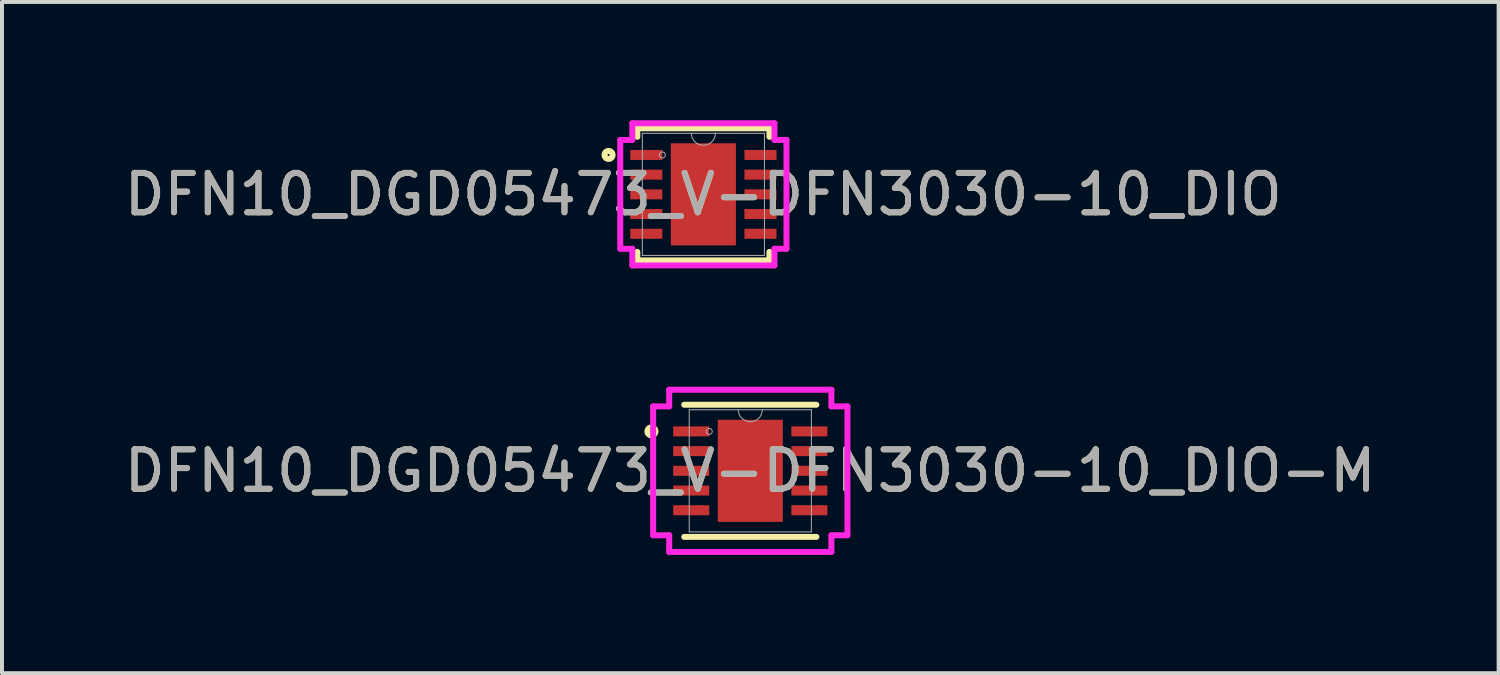
<source format=kicad_pcb>
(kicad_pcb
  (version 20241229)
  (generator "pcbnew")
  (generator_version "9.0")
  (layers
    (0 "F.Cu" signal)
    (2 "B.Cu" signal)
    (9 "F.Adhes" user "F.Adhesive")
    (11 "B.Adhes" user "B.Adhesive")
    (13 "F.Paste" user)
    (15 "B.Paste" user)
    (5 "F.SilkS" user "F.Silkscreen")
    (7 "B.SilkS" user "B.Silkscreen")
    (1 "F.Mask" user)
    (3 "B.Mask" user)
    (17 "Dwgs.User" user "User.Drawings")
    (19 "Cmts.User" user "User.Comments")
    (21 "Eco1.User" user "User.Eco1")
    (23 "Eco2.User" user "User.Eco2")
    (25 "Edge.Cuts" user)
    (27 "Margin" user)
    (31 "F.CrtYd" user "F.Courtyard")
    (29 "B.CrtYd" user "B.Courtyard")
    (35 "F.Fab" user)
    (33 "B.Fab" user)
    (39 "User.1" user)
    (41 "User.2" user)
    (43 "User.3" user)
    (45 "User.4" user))
  (footprint "DFN10_DGD05473_V-DFN3030-10_DIO"
    (layer "F.Cu")
    (at 14.792 1.88)
    (property "Reference" "DFN10_DGD05473_V-DFN3030-10_DIO" (at 0 0 0) (unlocked yes) (layer "F.SilkS") (effects (font (size 1 1) (thickness 0.15))))
    (attr smd)
    (fp_line (start -1.676 -1.676) (end -1.676 -1.46) (stroke (width 0.152) (type solid)) (layer "F.SilkS"))
    (fp_line (start -1.676 1.46) (end -1.676 1.676) (stroke (width 0.152) (type solid)) (layer "F.SilkS"))
    (fp_line (start -1.676 1.676) (end 1.676 1.676) (stroke (width 0.152) (type solid)) (layer "F.SilkS"))
    (fp_line (start 1.676 -1.676) (end -1.676 -1.676) (stroke (width 0.152) (type solid)) (layer "F.SilkS"))
    (fp_line (start 1.676 -1.46) (end 1.676 -1.676) (stroke (width 0.152) (type solid)) (layer "F.SilkS"))
    (fp_line (start 1.676 1.676) (end 1.676 1.46) (stroke (width 0.152) (type solid)) (layer "F.SilkS"))
    (fp_circle (center -2.405 -1) (end -2.303 -1) (stroke (width 0.152) (type solid)) (fill no) (layer "F.SilkS"))
    (fp_poly (pts (xy -0.726 -1.195) (xy -0.726 -0.1) (xy 0.726 -0.1) (xy 0.726 -1.195)) (stroke (width 0) (type solid)) (fill yes) (layer "F.Paste"))
    (fp_poly (pts (xy -0.726 0.1) (xy -0.726 1.195) (xy 0.726 1.195) (xy 0.726 0.1)) (stroke (width 0) (type solid)) (fill yes) (layer "F.Paste"))
    (fp_line (start -2.108 -1.381) (end -1.803 -1.381) (stroke (width 0.152) (type solid)) (layer "F.CrtYd"))
    (fp_line (start -2.108 1.381) (end -2.108 -1.381) (stroke (width 0.152) (type solid)) (layer "F.CrtYd"))
    (fp_line (start -2.108 1.381) (end -1.803 1.381) (stroke (width 0.152) (type solid)) (layer "F.CrtYd"))
    (fp_line (start -1.803 -1.803) (end 1.803 -1.803) (stroke (width 0.152) (type solid)) (layer "F.CrtYd"))
    (fp_line (start -1.803 -1.381) (end -1.803 -1.803) (stroke (width 0.152) (type solid)) (layer "F.CrtYd"))
    (fp_line (start -1.803 1.803) (end -1.803 1.381) (stroke (width 0.152) (type solid)) (layer "F.CrtYd"))
    (fp_line (start 1.803 -1.803) (end 1.803 -1.381) (stroke (width 0.152) (type solid)) (layer "F.CrtYd"))
    (fp_line (start 1.803 1.381) (end 1.803 1.803) (stroke (width 0.152) (type solid)) (layer "F.CrtYd"))
    (fp_line (start 1.803 1.803) (end -1.803 1.803) (stroke (width 0.152) (type solid)) (layer "F.CrtYd"))
    (fp_line (start 2.108 -1.381) (end 1.803 -1.381) (stroke (width 0.152) (type solid)) (layer "F.CrtYd"))
    (fp_line (start 2.108 -1.381) (end 2.108 1.381) (stroke (width 0.152) (type solid)) (layer "F.CrtYd"))
    (fp_line (start 2.108 1.381) (end 1.803 1.381) (stroke (width 0.152) (type solid)) (layer "F.CrtYd"))
    (fp_line (start -1.549 -1.549) (end -1.549 1.549) (stroke (width 0.025) (type solid)) (layer "F.Fab"))
    (fp_line (start -1.549 1.549) (end 1.549 1.549) (stroke (width 0.025) (type solid)) (layer "F.Fab"))
    (fp_line (start 1.549 -1.549) (end -1.549 -1.549) (stroke (width 0.025) (type solid)) (layer "F.Fab"))
    (fp_line (start 1.549 1.549) (end 1.549 -1.549) (stroke (width 0.025) (type solid)) (layer "F.Fab"))
    (fp_arc (start 0.3048 -1.5494) (mid 0 -1.2446) (end -0.3048 -1.5494) (stroke (width 0.0254) (type solid)) (layer "F.Fab"))
    (fp_circle (center -1.041 -1) (end -0.965 -1) (stroke (width 0.025) (type solid)) (fill no) (layer "F.Fab"))
    (fp_text user "${REFERENCE}" (at 0 0 0) (unlocked yes) (layer "F.Fab") (effects (font (size 1 1) (thickness 0.15))))
    (pad "1" smd rect (at -1.448 -1) (size 0.813 0.254) (layers "F.Cu" "F.Mask" "F.Paste"))
    (pad "2" smd rect (at -1.448 -0.5) (size 0.813 0.254) (layers "F.Cu" "F.Mask" "F.Paste"))
    (pad "3" smd rect (at -1.448 0) (size 0.813 0.254) (layers "F.Cu" "F.Mask" "F.Paste"))
    (pad "4" smd rect (at -1.448 0.5) (size 0.813 0.254) (layers "F.Cu" "F.Mask" "F.Paste"))
    (pad "5" smd rect (at -1.448 1) (size 0.813 0.254) (layers "F.Cu" "F.Mask" "F.Paste"))
    (pad "6" smd rect (at 1.448 1) (size 0.813 0.254) (layers "F.Cu" "F.Mask" "F.Paste"))
    (pad "7" smd rect (at 1.448 0.5) (size 0.813 0.254) (layers "F.Cu" "F.Mask" "F.Paste"))
    (pad "8" smd rect (at 1.448 0) (size 0.813 0.254) (layers "F.Cu" "F.Mask" "F.Paste"))
    (pad "9" smd rect (at 1.448 -0.5) (size 0.813 0.254) (layers "F.Cu" "F.Mask" "F.Paste"))
    (pad "10" smd rect (at 1.448 -1) (size 0.813 0.254) (layers "F.Cu" "F.Mask" "F.Paste"))
    (pad "11" smd rect (at 0 0) (size 1.651 2.591) (layers "F.Cu" "F.Mask" "F.Paste")))
  (footprint "DFN10_DGD05473_V-DFN3030-10_DIO-M"
    (layer "F.Cu")
    (at 15.982 8.893)
    (property "Reference" "DFN10_DGD05473_V-DFN3030-10_DIO-M" (at 0 0 0) (unlocked yes) (layer "F.SilkS") (effects (font (size 1 1) (thickness 0.15))))
    (attr smd)
    (fp_line (start -1.676 1.676) (end 1.676 1.676) (stroke (width 0.152) (type solid)) (layer "F.SilkS"))
    (fp_line (start 1.676 -1.676) (end -1.676 -1.676) (stroke (width 0.152) (type solid)) (layer "F.SilkS"))
    (fp_circle (center -2.507 -1) (end -2.405 -1) (stroke (width 0.152) (type solid)) (fill no) (layer "F.SilkS"))
    (fp_poly (pts (xy -0.726 -1.195) (xy -0.726 -0.1) (xy 0.726 -0.1) (xy 0.726 -1.195)) (stroke (width 0) (type solid)) (fill yes) (layer "F.Paste"))
    (fp_poly (pts (xy -0.726 0.1) (xy -0.726 1.195) (xy 0.726 1.195) (xy 0.726 0.1)) (stroke (width 0) (type solid)) (fill yes) (layer "F.Paste"))
    (fp_line (start -2.464 -1.635) (end -2.057 -1.635) (stroke (width 0.152) (type solid)) (layer "F.CrtYd"))
    (fp_line (start -2.464 1.635) (end -2.464 -1.635) (stroke (width 0.152) (type solid)) (layer "F.CrtYd"))
    (fp_line (start -2.464 1.635) (end -2.057 1.635) (stroke (width 0.152) (type solid)) (layer "F.CrtYd"))
    (fp_line (start -2.057 -2.057) (end 2.057 -2.057) (stroke (width 0.152) (type solid)) (layer "F.CrtYd"))
    (fp_line (start -2.057 -1.635) (end -2.057 -2.057) (stroke (width 0.152) (type solid)) (layer "F.CrtYd"))
    (fp_line (start -2.057 2.057) (end -2.057 1.635) (stroke (width 0.152) (type solid)) (layer "F.CrtYd"))
    (fp_line (start 2.057 -2.057) (end 2.057 -1.635) (stroke (width 0.152) (type solid)) (layer "F.CrtYd"))
    (fp_line (start 2.057 1.635) (end 2.057 2.057) (stroke (width 0.152) (type solid)) (layer "F.CrtYd"))
    (fp_line (start 2.057 2.057) (end -2.057 2.057) (stroke (width 0.152) (type solid)) (layer "F.CrtYd"))
    (fp_line (start 2.464 -1.635) (end 2.057 -1.635) (stroke (width 0.152) (type solid)) (layer "F.CrtYd"))
    (fp_line (start 2.464 -1.635) (end 2.464 1.635) (stroke (width 0.152) (type solid)) (layer "F.CrtYd"))
    (fp_line (start 2.464 1.635) (end 2.057 1.635) (stroke (width 0.152) (type solid)) (layer "F.CrtYd"))
    (fp_line (start -1.549 -1.549) (end -1.549 1.549) (stroke (width 0.025) (type solid)) (layer "F.Fab"))
    (fp_line (start -1.549 1.549) (end 1.549 1.549) (stroke (width 0.025) (type solid)) (layer "F.Fab"))
    (fp_line (start 1.549 -1.549) (end -1.549 -1.549) (stroke (width 0.025) (type solid)) (layer "F.Fab"))
    (fp_line (start 1.549 1.549) (end 1.549 -1.549) (stroke (width 0.025) (type solid)) (layer "F.Fab"))
    (fp_arc (start 0.3048 -1.5494) (mid 0 -1.2446) (end -0.3048 -1.5494) (stroke (width 0.0254) (type solid)) (layer "F.Fab"))
    (fp_circle (center -1.041 -1) (end -0.965 -1) (stroke (width 0.025) (type solid)) (fill no) (layer "F.Fab"))
    (fp_text user "${REFERENCE}" (at 0 0 0) (unlocked yes) (layer "F.Fab") (effects (font (size 1 1) (thickness 0.15))))
    (pad "1" smd rect (at -1.499 -1) (size 0.914 0.254) (layers "F.Cu" "F.Mask" "F.Paste"))
    (pad "2" smd rect (at -1.499 -0.5) (size 0.914 0.254) (layers "F.Cu" "F.Mask" "F.Paste"))
    (pad "3" smd rect (at -1.499 0) (size 0.914 0.254) (layers "F.Cu" "F.Mask" "F.Paste"))
    (pad "4" smd rect (at -1.499 0.5) (size 0.914 0.254) (layers "F.Cu" "F.Mask" "F.Paste"))
    (pad "5" smd rect (at -1.499 1) (size 0.914 0.254) (layers "F.Cu" "F.Mask" "F.Paste"))
    (pad "6" smd rect (at 1.499 1) (size 0.914 0.254) (layers "F.Cu" "F.Mask" "F.Paste"))
    (pad "7" smd rect (at 1.499 0.5) (size 0.914 0.254) (layers "F.Cu" "F.Mask" "F.Paste"))
    (pad "8" smd rect (at 1.499 0) (size 0.914 0.254) (layers "F.Cu" "F.Mask" "F.Paste"))
    (pad "9" smd rect (at 1.499 -0.5) (size 0.914 0.254) (layers "F.Cu" "F.Mask" "F.Paste"))
    (pad "10" smd rect (at 1.499 -1) (size 0.914 0.254) (layers "F.Cu" "F.Mask" "F.Paste"))
    (pad "11" smd rect (at 0 0) (size 1.651 2.591) (layers "F.Cu" "F.Mask" "F.Paste")))
  (gr_rect
    (start -3 -3)
    (end 34.964 14.026)
    (stroke (width 0.1) (type default))
    (fill no)
    (layer "Edge.Cuts")))
</source>
